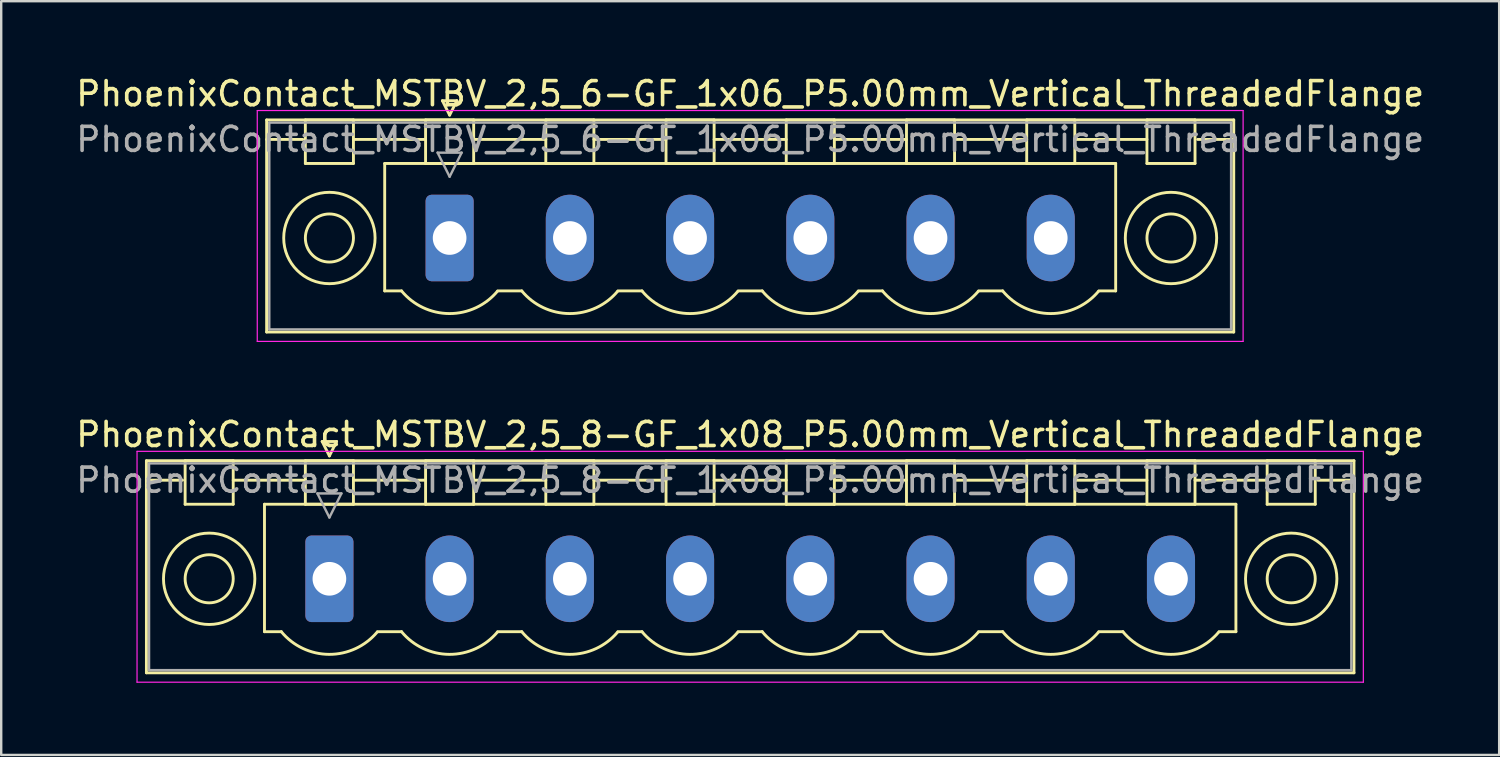
<source format=kicad_pcb>
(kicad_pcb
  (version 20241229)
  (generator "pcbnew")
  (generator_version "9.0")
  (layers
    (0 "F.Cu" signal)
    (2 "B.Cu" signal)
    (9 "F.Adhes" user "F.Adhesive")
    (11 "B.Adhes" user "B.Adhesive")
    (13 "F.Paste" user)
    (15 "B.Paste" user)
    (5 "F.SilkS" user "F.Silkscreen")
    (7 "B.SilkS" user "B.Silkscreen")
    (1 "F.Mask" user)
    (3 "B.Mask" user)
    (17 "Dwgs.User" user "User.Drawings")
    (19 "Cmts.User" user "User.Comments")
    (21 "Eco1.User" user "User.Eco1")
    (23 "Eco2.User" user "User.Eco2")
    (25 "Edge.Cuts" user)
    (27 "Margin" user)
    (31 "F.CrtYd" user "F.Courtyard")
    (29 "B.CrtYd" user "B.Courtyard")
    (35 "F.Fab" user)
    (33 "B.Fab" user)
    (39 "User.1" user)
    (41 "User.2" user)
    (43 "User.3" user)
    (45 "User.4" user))
  (footprint "PhoenixContact_MSTBV_2,5_6-GF_1x06_P5.00mm_Vertical_ThreadedFlange"
    (layer "F.Cu")
    (at 15.649 6.848)
    (property "Reference" "PhoenixContact_MSTBV_2,5_6-GF_1x06_P5.00mm_Vertical_ThreadedFlange" (at 12.5 -6 0) (layer "F.SilkS") (effects (font (size 1 1) (thickness 0.15))))
    (attr through_hole)
    (fp_line (start -7.61 -4.91) (end -7.61 3.91) (stroke (width 0.12) (type solid)) (layer "F.SilkS"))
    (fp_line (start -7.61 -4.1) (end -6.11 -4.1) (stroke (width 0.12) (type solid)) (layer "F.SilkS"))
    (fp_line (start -7.61 3.91) (end 32.61 3.91) (stroke (width 0.12) (type solid)) (layer "F.SilkS"))
    (fp_line (start -6 -4.91) (end -4 -4.91) (stroke (width 0.12) (type solid)) (layer "F.SilkS"))
    (fp_line (start -6 -3.1) (end -6 -4.91) (stroke (width 0.12) (type solid)) (layer "F.SilkS"))
    (fp_line (start -4 -4.91) (end -4 -3.1) (stroke (width 0.12) (type solid)) (layer "F.SilkS"))
    (fp_line (start -4 -4.1) (end -1 -4.1) (stroke (width 0.12) (type solid)) (layer "F.SilkS"))
    (fp_line (start -4 -3.1) (end -6 -3.1) (stroke (width 0.12) (type solid)) (layer "F.SilkS"))
    (fp_line (start -2.7 -3.1) (end 27.7 -3.1) (stroke (width 0.12) (type solid)) (layer "F.SilkS"))
    (fp_line (start -2.7 2.2) (end -2.7 -3.1) (stroke (width 0.12) (type solid)) (layer "F.SilkS"))
    (fp_line (start -2 2.2) (end -2.7 2.2) (stroke (width 0.12) (type solid)) (layer "F.SilkS"))
    (fp_line (start -1 -4.91) (end 1 -4.91) (stroke (width 0.12) (type solid)) (layer "F.SilkS"))
    (fp_line (start -1 -3.1) (end -1 -4.91) (stroke (width 0.12) (type solid)) (layer "F.SilkS"))
    (fp_line (start -0.3 -5.71) (end 0.3 -5.71) (stroke (width 0.12) (type solid)) (layer "F.SilkS"))
    (fp_line (start 0 -5.11) (end -0.3 -5.71) (stroke (width 0.12) (type solid)) (layer "F.SilkS"))
    (fp_line (start 0.3 -5.71) (end 0 -5.11) (stroke (width 0.12) (type solid)) (layer "F.SilkS"))
    (fp_line (start 1 -4.91) (end 1 -3.1) (stroke (width 0.12) (type solid)) (layer "F.SilkS"))
    (fp_line (start 1 -4.1) (end 4 -4.1) (stroke (width 0.12) (type solid)) (layer "F.SilkS"))
    (fp_line (start 1 -3.1) (end -1 -3.1) (stroke (width 0.12) (type solid)) (layer "F.SilkS"))
    (fp_line (start 2 2.2) (end 3 2.2) (stroke (width 0.12) (type solid)) (layer "F.SilkS"))
    (fp_line (start 4 -4.91) (end 6 -4.91) (stroke (width 0.12) (type solid)) (layer "F.SilkS"))
    (fp_line (start 4 -3.1) (end 4 -4.91) (stroke (width 0.12) (type solid)) (layer "F.SilkS"))
    (fp_line (start 6 -4.91) (end 6 -3.1) (stroke (width 0.12) (type solid)) (layer "F.SilkS"))
    (fp_line (start 6 -4.1) (end 9 -4.1) (stroke (width 0.12) (type solid)) (layer "F.SilkS"))
    (fp_line (start 6 -3.1) (end 4 -3.1) (stroke (width 0.12) (type solid)) (layer "F.SilkS"))
    (fp_line (start 7 2.2) (end 8 2.2) (stroke (width 0.12) (type solid)) (layer "F.SilkS"))
    (fp_line (start 9 -4.91) (end 11 -4.91) (stroke (width 0.12) (type solid)) (layer "F.SilkS"))
    (fp_line (start 9 -3.1) (end 9 -4.91) (stroke (width 0.12) (type solid)) (layer "F.SilkS"))
    (fp_line (start 11 -4.91) (end 11 -3.1) (stroke (width 0.12) (type solid)) (layer "F.SilkS"))
    (fp_line (start 11 -4.1) (end 14 -4.1) (stroke (width 0.12) (type solid)) (layer "F.SilkS"))
    (fp_line (start 11 -3.1) (end 9 -3.1) (stroke (width 0.12) (type solid)) (layer "F.SilkS"))
    (fp_line (start 12 2.2) (end 13 2.2) (stroke (width 0.12) (type solid)) (layer "F.SilkS"))
    (fp_line (start 14 -4.91) (end 16 -4.91) (stroke (width 0.12) (type solid)) (layer "F.SilkS"))
    (fp_line (start 14 -3.1) (end 14 -4.91) (stroke (width 0.12) (type solid)) (layer "F.SilkS"))
    (fp_line (start 16 -4.91) (end 16 -3.1) (stroke (width 0.12) (type solid)) (layer "F.SilkS"))
    (fp_line (start 16 -4.1) (end 19 -4.1) (stroke (width 0.12) (type solid)) (layer "F.SilkS"))
    (fp_line (start 16 -3.1) (end 14 -3.1) (stroke (width 0.12) (type solid)) (layer "F.SilkS"))
    (fp_line (start 17 2.2) (end 18 2.2) (stroke (width 0.12) (type solid)) (layer "F.SilkS"))
    (fp_line (start 19 -4.91) (end 21 -4.91) (stroke (width 0.12) (type solid)) (layer "F.SilkS"))
    (fp_line (start 19 -3.1) (end 19 -4.91) (stroke (width 0.12) (type solid)) (layer "F.SilkS"))
    (fp_line (start 21 -4.91) (end 21 -3.1) (stroke (width 0.12) (type solid)) (layer "F.SilkS"))
    (fp_line (start 21 -4.1) (end 24 -4.1) (stroke (width 0.12) (type solid)) (layer "F.SilkS"))
    (fp_line (start 21 -3.1) (end 19 -3.1) (stroke (width 0.12) (type solid)) (layer "F.SilkS"))
    (fp_line (start 22 2.2) (end 23 2.2) (stroke (width 0.12) (type solid)) (layer "F.SilkS"))
    (fp_line (start 24 -4.91) (end 26 -4.91) (stroke (width 0.12) (type solid)) (layer "F.SilkS"))
    (fp_line (start 24 -3.1) (end 24 -4.91) (stroke (width 0.12) (type solid)) (layer "F.SilkS"))
    (fp_line (start 26 -4.91) (end 26 -3.1) (stroke (width 0.12) (type solid)) (layer "F.SilkS"))
    (fp_line (start 26 -4.1) (end 29 -4.1) (stroke (width 0.12) (type solid)) (layer "F.SilkS"))
    (fp_line (start 26 -3.1) (end 24 -3.1) (stroke (width 0.12) (type solid)) (layer "F.SilkS"))
    (fp_line (start 27.7 -3.1) (end 27.7 2.2) (stroke (width 0.12) (type solid)) (layer "F.SilkS"))
    (fp_line (start 27.7 2.2) (end 27 2.2) (stroke (width 0.12) (type solid)) (layer "F.SilkS"))
    (fp_line (start 29 -4.91) (end 31 -4.91) (stroke (width 0.12) (type solid)) (layer "F.SilkS"))
    (fp_line (start 29 -3.1) (end 29 -4.91) (stroke (width 0.12) (type solid)) (layer "F.SilkS"))
    (fp_line (start 31 -4.91) (end 31 -3.1) (stroke (width 0.12) (type solid)) (layer "F.SilkS"))
    (fp_line (start 31 -3.1) (end 29 -3.1) (stroke (width 0.12) (type solid)) (layer "F.SilkS"))
    (fp_line (start 32.61 -4.91) (end -7.61 -4.91) (stroke (width 0.12) (type solid)) (layer "F.SilkS"))
    (fp_line (start 32.61 -4.1) (end 31.11 -4.1) (stroke (width 0.12) (type solid)) (layer "F.SilkS"))
    (fp_line (start 32.61 3.91) (end 32.61 -4.91) (stroke (width 0.12) (type solid)) (layer "F.SilkS"))
    (fp_arc (start 1.986842 2.215821) (mid -0.010289 3.142758) (end -2 2.2) (stroke (width 0.12) (type solid)) (layer "F.SilkS"))
    (fp_arc (start 6.986842 2.215821) (mid 4.989711 3.142758) (end 3 2.2) (stroke (width 0.12) (type solid)) (layer "F.SilkS"))
    (fp_arc (start 11.986842 2.215821) (mid 9.989711 3.142758) (end 8 2.2) (stroke (width 0.12) (type solid)) (layer "F.SilkS"))
    (fp_arc (start 16.986842 2.215821) (mid 14.989711 3.142758) (end 13 2.2) (stroke (width 0.12) (type solid)) (layer "F.SilkS"))
    (fp_arc (start 21.986842 2.215821) (mid 19.989711 3.142758) (end 18 2.2) (stroke (width 0.12) (type solid)) (layer "F.SilkS"))
    (fp_arc (start 26.986842 2.215821) (mid 24.989711 3.142758) (end 23 2.2) (stroke (width 0.12) (type solid)) (layer "F.SilkS"))
    (fp_circle (center -5 0) (end -4 0) (stroke (width 0.12) (type solid)) (fill no) (layer "F.SilkS"))
    (fp_circle (center -5 0) (end -3.1 0) (stroke (width 0.12) (type solid)) (fill no) (layer "F.SilkS"))
    (fp_circle (center 30 0) (end 31 0) (stroke (width 0.12) (type solid)) (fill no) (layer "F.SilkS"))
    (fp_circle (center 30 0) (end 31.9 0) (stroke (width 0.12) (type solid)) (fill no) (layer "F.SilkS"))
    (fp_line (start -8 -5.3) (end -8 4.3) (stroke (width 0.05) (type solid)) (layer "F.CrtYd"))
    (fp_line (start -8 4.3) (end 33 4.3) (stroke (width 0.05) (type solid)) (layer "F.CrtYd"))
    (fp_line (start 33 -5.3) (end -8 -5.3) (stroke (width 0.05) (type solid)) (layer "F.CrtYd"))
    (fp_line (start 33 4.3) (end 33 -5.3) (stroke (width 0.05) (type solid)) (layer "F.CrtYd"))
    (fp_line (start -7.5 -4.8) (end -7.5 3.8) (stroke (width 0.1) (type solid)) (layer "F.Fab"))
    (fp_line (start -7.5 3.8) (end 32.5 3.8) (stroke (width 0.1) (type solid)) (layer "F.Fab"))
    (fp_line (start -0.5 -3.55) (end 0.5 -3.55) (stroke (width 0.1) (type solid)) (layer "F.Fab"))
    (fp_line (start 0 -2.55) (end -0.5 -3.55) (stroke (width 0.1) (type solid)) (layer "F.Fab"))
    (fp_line (start 0.5 -3.55) (end 0 -2.55) (stroke (width 0.1) (type solid)) (layer "F.Fab"))
    (fp_line (start 32.5 -4.8) (end -7.5 -4.8) (stroke (width 0.1) (type solid)) (layer "F.Fab"))
    (fp_line (start 32.5 3.8) (end 32.5 -4.8) (stroke (width 0.1) (type solid)) (layer "F.Fab"))
    (fp_text user "${REFERENCE}" (at 12.5 -4.1 0) (layer "F.Fab") (effects (font (size 1 1) (thickness 0.15))))
    (pad "1" thru_hole roundrect (at 0 0) (size 2 3.6) (drill 1.4) (layers "*.Cu" "*.Mask") (roundrect_rratio 0.125))
    (pad "2" thru_hole oval (at 5 0) (size 2 3.6) (drill 1.4) (layers "*.Cu" "*.Mask"))
    (pad "3" thru_hole oval (at 10 0) (size 2 3.6) (drill 1.4) (layers "*.Cu" "*.Mask"))
    (pad "4" thru_hole oval (at 15 0) (size 2 3.6) (drill 1.4) (layers "*.Cu" "*.Mask"))
    (pad "5" thru_hole oval (at 20 0) (size 2 3.6) (drill 1.4) (layers "*.Cu" "*.Mask"))
    (pad "6" thru_hole oval (at 25 0) (size 2 3.6) (drill 1.4) (layers "*.Cu" "*.Mask")))
  (footprint "PhoenixContact_MSTBV_2,5_8-GF_1x08_P5.00mm_Vertical_ThreadedFlange"
    (layer "F.Cu")
    (at 10.649 21.021)
    (property "Reference" "PhoenixContact_MSTBV_2,5_8-GF_1x08_P5.00mm_Vertical_ThreadedFlange" (at 17.5 -6 0) (layer "F.SilkS") (effects (font (size 1 1) (thickness 0.15))))
    (attr through_hole)
    (fp_line (start -7.61 -4.91) (end -7.61 3.91) (stroke (width 0.12) (type solid)) (layer "F.SilkS"))
    (fp_line (start -7.61 -4.1) (end -6.11 -4.1) (stroke (width 0.12) (type solid)) (layer "F.SilkS"))
    (fp_line (start -7.61 3.91) (end 42.61 3.91) (stroke (width 0.12) (type solid)) (layer "F.SilkS"))
    (fp_line (start -6 -4.91) (end -4 -4.91) (stroke (width 0.12) (type solid)) (layer "F.SilkS"))
    (fp_line (start -6 -3.1) (end -6 -4.91) (stroke (width 0.12) (type solid)) (layer "F.SilkS"))
    (fp_line (start -4 -4.91) (end -4 -3.1) (stroke (width 0.12) (type solid)) (layer "F.SilkS"))
    (fp_line (start -4 -4.1) (end -1 -4.1) (stroke (width 0.12) (type solid)) (layer "F.SilkS"))
    (fp_line (start -4 -3.1) (end -6 -3.1) (stroke (width 0.12) (type solid)) (layer "F.SilkS"))
    (fp_line (start -2.7 -3.1) (end 37.7 -3.1) (stroke (width 0.12) (type solid)) (layer "F.SilkS"))
    (fp_line (start -2.7 2.2) (end -2.7 -3.1) (stroke (width 0.12) (type solid)) (layer "F.SilkS"))
    (fp_line (start -2 2.2) (end -2.7 2.2) (stroke (width 0.12) (type solid)) (layer "F.SilkS"))
    (fp_line (start -1 -4.91) (end 1 -4.91) (stroke (width 0.12) (type solid)) (layer "F.SilkS"))
    (fp_line (start -1 -3.1) (end -1 -4.91) (stroke (width 0.12) (type solid)) (layer "F.SilkS"))
    (fp_line (start -0.3 -5.71) (end 0.3 -5.71) (stroke (width 0.12) (type solid)) (layer "F.SilkS"))
    (fp_line (start 0 -5.11) (end -0.3 -5.71) (stroke (width 0.12) (type solid)) (layer "F.SilkS"))
    (fp_line (start 0.3 -5.71) (end 0 -5.11) (stroke (width 0.12) (type solid)) (layer "F.SilkS"))
    (fp_line (start 1 -4.91) (end 1 -3.1) (stroke (width 0.12) (type solid)) (layer "F.SilkS"))
    (fp_line (start 1 -4.1) (end 4 -4.1) (stroke (width 0.12) (type solid)) (layer "F.SilkS"))
    (fp_line (start 1 -3.1) (end -1 -3.1) (stroke (width 0.12) (type solid)) (layer "F.SilkS"))
    (fp_line (start 2 2.2) (end 3 2.2) (stroke (width 0.12) (type solid)) (layer "F.SilkS"))
    (fp_line (start 4 -4.91) (end 6 -4.91) (stroke (width 0.12) (type solid)) (layer "F.SilkS"))
    (fp_line (start 4 -3.1) (end 4 -4.91) (stroke (width 0.12) (type solid)) (layer "F.SilkS"))
    (fp_line (start 6 -4.91) (end 6 -3.1) (stroke (width 0.12) (type solid)) (layer "F.SilkS"))
    (fp_line (start 6 -4.1) (end 9 -4.1) (stroke (width 0.12) (type solid)) (layer "F.SilkS"))
    (fp_line (start 6 -3.1) (end 4 -3.1) (stroke (width 0.12) (type solid)) (layer "F.SilkS"))
    (fp_line (start 7 2.2) (end 8 2.2) (stroke (width 0.12) (type solid)) (layer "F.SilkS"))
    (fp_line (start 9 -4.91) (end 11 -4.91) (stroke (width 0.12) (type solid)) (layer "F.SilkS"))
    (fp_line (start 9 -3.1) (end 9 -4.91) (stroke (width 0.12) (type solid)) (layer "F.SilkS"))
    (fp_line (start 11 -4.91) (end 11 -3.1) (stroke (width 0.12) (type solid)) (layer "F.SilkS"))
    (fp_line (start 11 -4.1) (end 14 -4.1) (stroke (width 0.12) (type solid)) (layer "F.SilkS"))
    (fp_line (start 11 -3.1) (end 9 -3.1) (stroke (width 0.12) (type solid)) (layer "F.SilkS"))
    (fp_line (start 12 2.2) (end 13 2.2) (stroke (width 0.12) (type solid)) (layer "F.SilkS"))
    (fp_line (start 14 -4.91) (end 16 -4.91) (stroke (width 0.12) (type solid)) (layer "F.SilkS"))
    (fp_line (start 14 -3.1) (end 14 -4.91) (stroke (width 0.12) (type solid)) (layer "F.SilkS"))
    (fp_line (start 16 -4.91) (end 16 -3.1) (stroke (width 0.12) (type solid)) (layer "F.SilkS"))
    (fp_line (start 16 -4.1) (end 19 -4.1) (stroke (width 0.12) (type solid)) (layer "F.SilkS"))
    (fp_line (start 16 -3.1) (end 14 -3.1) (stroke (width 0.12) (type solid)) (layer "F.SilkS"))
    (fp_line (start 17 2.2) (end 18 2.2) (stroke (width 0.12) (type solid)) (layer "F.SilkS"))
    (fp_line (start 19 -4.91) (end 21 -4.91) (stroke (width 0.12) (type solid)) (layer "F.SilkS"))
    (fp_line (start 19 -3.1) (end 19 -4.91) (stroke (width 0.12) (type solid)) (layer "F.SilkS"))
    (fp_line (start 21 -4.91) (end 21 -3.1) (stroke (width 0.12) (type solid)) (layer "F.SilkS"))
    (fp_line (start 21 -4.1) (end 24 -4.1) (stroke (width 0.12) (type solid)) (layer "F.SilkS"))
    (fp_line (start 21 -3.1) (end 19 -3.1) (stroke (width 0.12) (type solid)) (layer "F.SilkS"))
    (fp_line (start 22 2.2) (end 23 2.2) (stroke (width 0.12) (type solid)) (layer "F.SilkS"))
    (fp_line (start 24 -4.91) (end 26 -4.91) (stroke (width 0.12) (type solid)) (layer "F.SilkS"))
    (fp_line (start 24 -3.1) (end 24 -4.91) (stroke (width 0.12) (type solid)) (layer "F.SilkS"))
    (fp_line (start 26 -4.91) (end 26 -3.1) (stroke (width 0.12) (type solid)) (layer "F.SilkS"))
    (fp_line (start 26 -4.1) (end 29 -4.1) (stroke (width 0.12) (type solid)) (layer "F.SilkS"))
    (fp_line (start 26 -3.1) (end 24 -3.1) (stroke (width 0.12) (type solid)) (layer "F.SilkS"))
    (fp_line (start 27 2.2) (end 28 2.2) (stroke (width 0.12) (type solid)) (layer "F.SilkS"))
    (fp_line (start 29 -4.91) (end 31 -4.91) (stroke (width 0.12) (type solid)) (layer "F.SilkS"))
    (fp_line (start 29 -3.1) (end 29 -4.91) (stroke (width 0.12) (type solid)) (layer "F.SilkS"))
    (fp_line (start 31 -4.91) (end 31 -3.1) (stroke (width 0.12) (type solid)) (layer "F.SilkS"))
    (fp_line (start 31 -4.1) (end 34 -4.1) (stroke (width 0.12) (type solid)) (layer "F.SilkS"))
    (fp_line (start 31 -3.1) (end 29 -3.1) (stroke (width 0.12) (type solid)) (layer "F.SilkS"))
    (fp_line (start 32 2.2) (end 33 2.2) (stroke (width 0.12) (type solid)) (layer "F.SilkS"))
    (fp_line (start 34 -4.91) (end 36 -4.91) (stroke (width 0.12) (type solid)) (layer "F.SilkS"))
    (fp_line (start 34 -3.1) (end 34 -4.91) (stroke (width 0.12) (type solid)) (layer "F.SilkS"))
    (fp_line (start 36 -4.91) (end 36 -3.1) (stroke (width 0.12) (type solid)) (layer "F.SilkS"))
    (fp_line (start 36 -4.1) (end 39 -4.1) (stroke (width 0.12) (type solid)) (layer "F.SilkS"))
    (fp_line (start 36 -3.1) (end 34 -3.1) (stroke (width 0.12) (type solid)) (layer "F.SilkS"))
    (fp_line (start 37.7 -3.1) (end 37.7 2.2) (stroke (width 0.12) (type solid)) (layer "F.SilkS"))
    (fp_line (start 37.7 2.2) (end 37 2.2) (stroke (width 0.12) (type solid)) (layer "F.SilkS"))
    (fp_line (start 39 -4.91) (end 41 -4.91) (stroke (width 0.12) (type solid)) (layer "F.SilkS"))
    (fp_line (start 39 -3.1) (end 39 -4.91) (stroke (width 0.12) (type solid)) (layer "F.SilkS"))
    (fp_line (start 41 -4.91) (end 41 -3.1) (stroke (width 0.12) (type solid)) (layer "F.SilkS"))
    (fp_line (start 41 -3.1) (end 39 -3.1) (stroke (width 0.12) (type solid)) (layer "F.SilkS"))
    (fp_line (start 42.61 -4.91) (end -7.61 -4.91) (stroke (width 0.12) (type solid)) (layer "F.SilkS"))
    (fp_line (start 42.61 -4.1) (end 41.11 -4.1) (stroke (width 0.12) (type solid)) (layer "F.SilkS"))
    (fp_line (start 42.61 3.91) (end 42.61 -4.91) (stroke (width 0.12) (type solid)) (layer "F.SilkS"))
    (fp_arc (start 1.986842 2.215821) (mid -0.010289 3.142758) (end -2 2.2) (stroke (width 0.12) (type solid)) (layer "F.SilkS"))
    (fp_arc (start 6.986842 2.215821) (mid 4.989711 3.142758) (end 3 2.2) (stroke (width 0.12) (type solid)) (layer "F.SilkS"))
    (fp_arc (start 11.986842 2.215821) (mid 9.989711 3.142758) (end 8 2.2) (stroke (width 0.12) (type solid)) (layer "F.SilkS"))
    (fp_arc (start 16.986842 2.215821) (mid 14.989711 3.142758) (end 13 2.2) (stroke (width 0.12) (type solid)) (layer "F.SilkS"))
    (fp_arc (start 21.986842 2.215821) (mid 19.989711 3.142758) (end 18 2.2) (stroke (width 0.12) (type solid)) (layer "F.SilkS"))
    (fp_arc (start 26.986842 2.215821) (mid 24.989711 3.142758) (end 23 2.2) (stroke (width 0.12) (type solid)) (layer "F.SilkS"))
    (fp_arc (start 31.986842 2.215821) (mid 29.989711 3.142758) (end 28 2.2) (stroke (width 0.12) (type solid)) (layer "F.SilkS"))
    (fp_arc (start 36.986842 2.215821) (mid 34.989711 3.142758) (end 33 2.2) (stroke (width 0.12) (type solid)) (layer "F.SilkS"))
    (fp_circle (center -5 0) (end -4 0) (stroke (width 0.12) (type solid)) (fill no) (layer "F.SilkS"))
    (fp_circle (center -5 0) (end -3.1 0) (stroke (width 0.12) (type solid)) (fill no) (layer "F.SilkS"))
    (fp_circle (center 40 0) (end 41 0) (stroke (width 0.12) (type solid)) (fill no) (layer "F.SilkS"))
    (fp_circle (center 40 0) (end 41.9 0) (stroke (width 0.12) (type solid)) (fill no) (layer "F.SilkS"))
    (fp_line (start -8 -5.3) (end -8 4.3) (stroke (width 0.05) (type solid)) (layer "F.CrtYd"))
    (fp_line (start -8 4.3) (end 43 4.3) (stroke (width 0.05) (type solid)) (layer "F.CrtYd"))
    (fp_line (start 43 -5.3) (end -8 -5.3) (stroke (width 0.05) (type solid)) (layer "F.CrtYd"))
    (fp_line (start 43 4.3) (end 43 -5.3) (stroke (width 0.05) (type solid)) (layer "F.CrtYd"))
    (fp_line (start -7.5 -4.8) (end -7.5 3.8) (stroke (width 0.1) (type solid)) (layer "F.Fab"))
    (fp_line (start -7.5 3.8) (end 42.5 3.8) (stroke (width 0.1) (type solid)) (layer "F.Fab"))
    (fp_line (start -0.5 -3.55) (end 0.5 -3.55) (stroke (width 0.1) (type solid)) (layer "F.Fab"))
    (fp_line (start 0 -2.55) (end -0.5 -3.55) (stroke (width 0.1) (type solid)) (layer "F.Fab"))
    (fp_line (start 0.5 -3.55) (end 0 -2.55) (stroke (width 0.1) (type solid)) (layer "F.Fab"))
    (fp_line (start 42.5 -4.8) (end -7.5 -4.8) (stroke (width 0.1) (type solid)) (layer "F.Fab"))
    (fp_line (start 42.5 3.8) (end 42.5 -4.8) (stroke (width 0.1) (type solid)) (layer "F.Fab"))
    (fp_text user "${REFERENCE}" (at 17.5 -4.1 0) (layer "F.Fab") (effects (font (size 1 1) (thickness 0.15))))
    (pad "1" thru_hole roundrect (at 0 0) (size 2 3.6) (drill 1.4) (layers "*.Cu" "*.Mask") (roundrect_rratio 0.125))
    (pad "2" thru_hole oval (at 5 0) (size 2 3.6) (drill 1.4) (layers "*.Cu" "*.Mask"))
    (pad "3" thru_hole oval (at 10 0) (size 2 3.6) (drill 1.4) (layers "*.Cu" "*.Mask"))
    (pad "4" thru_hole oval (at 15 0) (size 2 3.6) (drill 1.4) (layers "*.Cu" "*.Mask"))
    (pad "5" thru_hole oval (at 20 0) (size 2 3.6) (drill 1.4) (layers "*.Cu" "*.Mask"))
    (pad "6" thru_hole oval (at 25 0) (size 2 3.6) (drill 1.4) (layers "*.Cu" "*.Mask"))
    (pad "7" thru_hole oval (at 30 0) (size 2 3.6) (drill 1.4) (layers "*.Cu" "*.Mask"))
    (pad "8" thru_hole oval (at 35 0) (size 2 3.6) (drill 1.4) (layers "*.Cu" "*.Mask")))
  (gr_rect
    (start -3 -3)
    (end 59.298 28.346)
    (stroke (width 0.1) (type default))
    (fill no)
    (layer "Edge.Cuts")))
</source>
